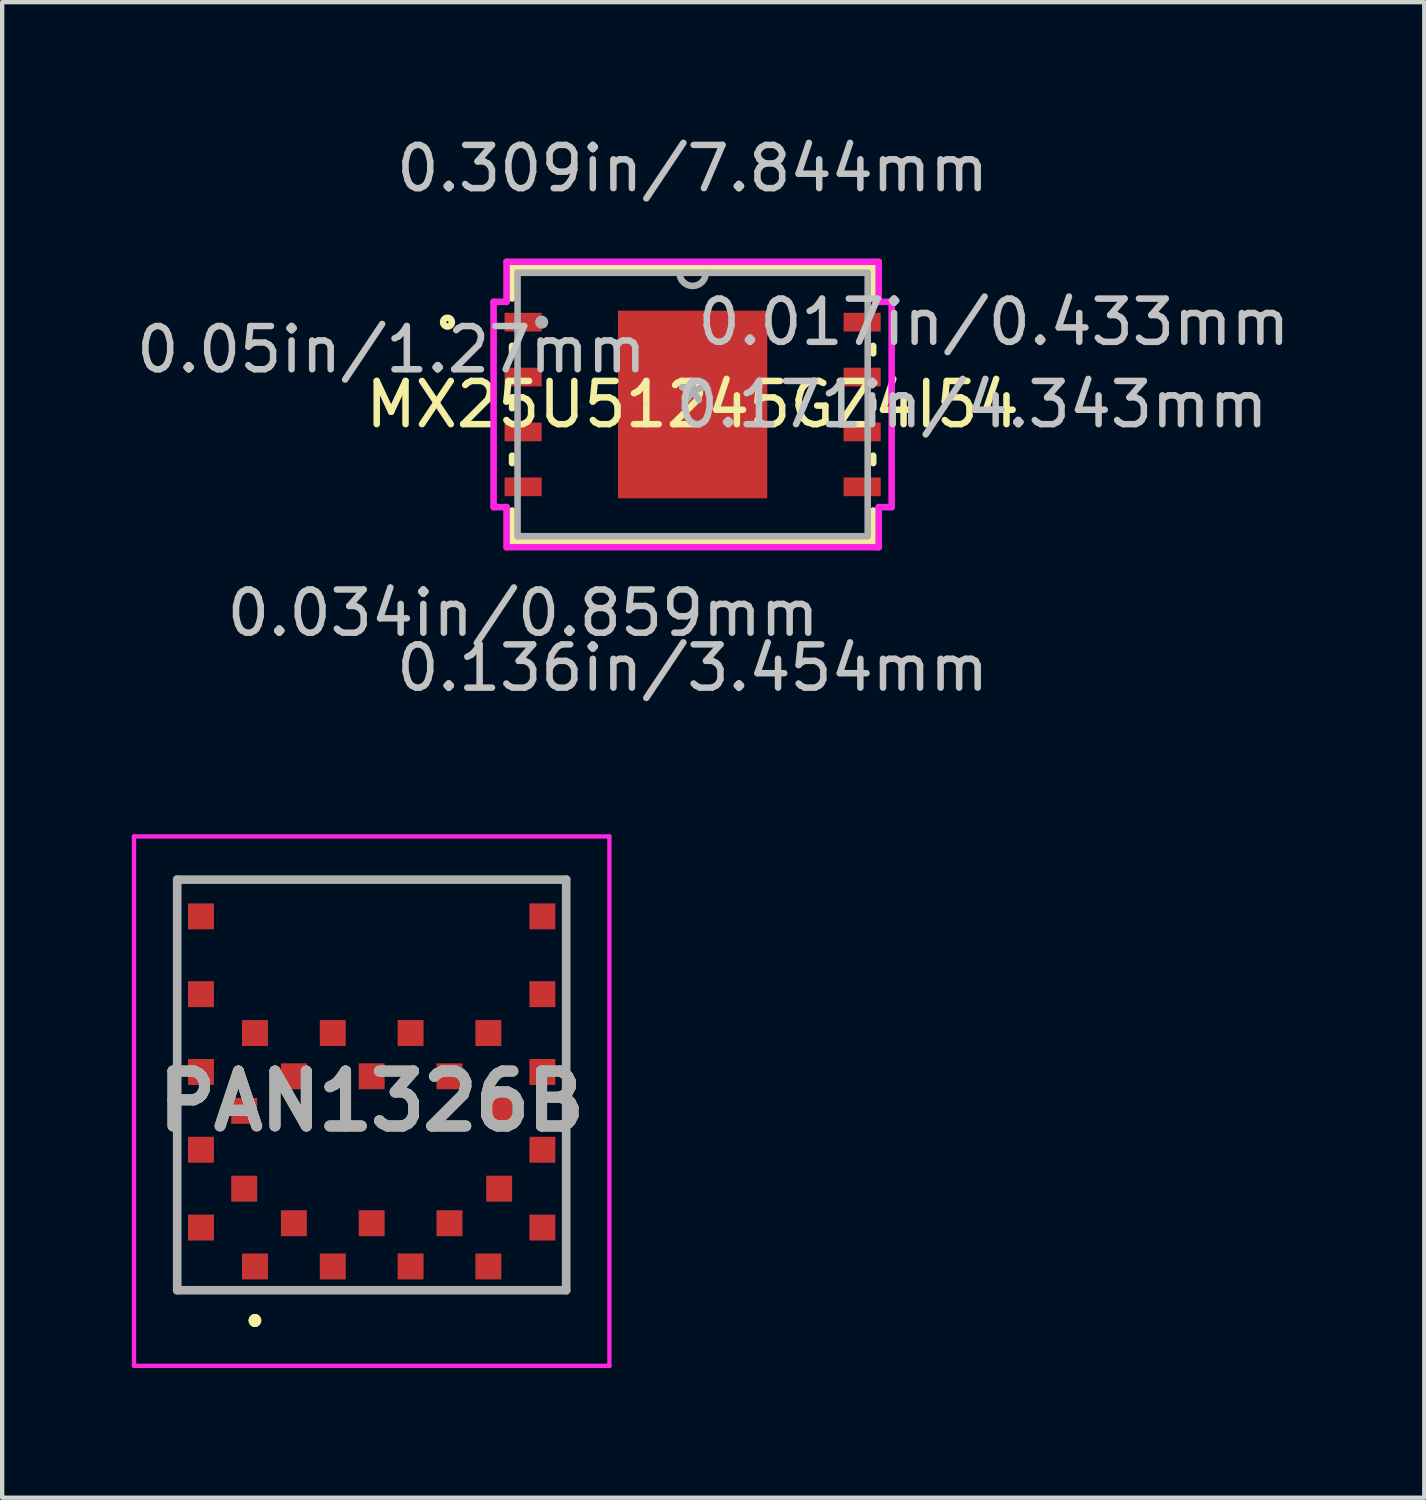
<source format=kicad_pcb>
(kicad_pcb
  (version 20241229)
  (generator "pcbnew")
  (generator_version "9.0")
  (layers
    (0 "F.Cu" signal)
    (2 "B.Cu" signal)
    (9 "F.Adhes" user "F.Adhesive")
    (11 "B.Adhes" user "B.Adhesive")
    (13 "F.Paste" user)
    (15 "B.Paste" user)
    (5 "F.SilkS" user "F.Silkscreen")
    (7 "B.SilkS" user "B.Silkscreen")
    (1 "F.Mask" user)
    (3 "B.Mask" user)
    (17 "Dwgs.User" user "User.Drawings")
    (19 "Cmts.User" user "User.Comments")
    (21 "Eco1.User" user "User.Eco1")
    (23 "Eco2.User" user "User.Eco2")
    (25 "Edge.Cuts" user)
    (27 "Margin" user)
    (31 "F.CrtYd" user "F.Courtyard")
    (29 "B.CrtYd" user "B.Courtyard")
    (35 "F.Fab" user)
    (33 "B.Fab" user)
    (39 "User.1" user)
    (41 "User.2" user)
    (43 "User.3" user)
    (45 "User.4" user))
  (footprint "MX25U51245GZ4I54"
    (layer "F.Cu")
    (at 12.976 6.309)
    (property "Reference" "MX25U51245GZ4I54" (at 0 0 0) (layer "F.SilkS") (effects (font (size 1 1) (thickness 0.15))))
    (attr through_hole)
    (fp_line (start -4.178 -3.175) (end -4.178 -2.454) (stroke (width 0.152) (type solid)) (layer "F.SilkS"))
    (fp_line (start -4.178 -1.356) (end -4.178 -1.184) (stroke (width 0.152) (type solid)) (layer "F.SilkS"))
    (fp_line (start -4.178 -0.086) (end -4.178 0.086) (stroke (width 0.152) (type solid)) (layer "F.SilkS"))
    (fp_line (start -4.178 1.184) (end -4.178 1.356) (stroke (width 0.152) (type solid)) (layer "F.SilkS"))
    (fp_line (start -4.178 2.454) (end -4.178 3.175) (stroke (width 0.152) (type solid)) (layer "F.SilkS"))
    (fp_line (start -4.178 3.175) (end 4.178 3.175) (stroke (width 0.152) (type solid)) (layer "F.SilkS"))
    (fp_line (start 4.178 -3.175) (end -4.178 -3.175) (stroke (width 0.152) (type solid)) (layer "F.SilkS"))
    (fp_line (start 4.178 -2.454) (end 4.178 -3.175) (stroke (width 0.152) (type solid)) (layer "F.SilkS"))
    (fp_line (start 4.178 -1.184) (end 4.178 -1.356) (stroke (width 0.152) (type solid)) (layer "F.SilkS"))
    (fp_line (start 4.178 0.086) (end 4.178 -0.086) (stroke (width 0.152) (type solid)) (layer "F.SilkS"))
    (fp_line (start 4.178 1.356) (end 4.178 1.184) (stroke (width 0.152) (type solid)) (layer "F.SilkS"))
    (fp_line (start 4.178 3.175) (end 4.178 2.454) (stroke (width 0.152) (type solid)) (layer "F.SilkS"))
    (fp_circle (center -5.672 -1.905) (end -5.571 -1.905) (stroke (width 0.152) (type solid)) (fill no) (layer "F.SilkS"))
    (fp_line (start -1.627 -2.072) (end -1.627 -0.824) (stroke (width 0.152) (type solid)) (layer "F.Paste"))
    (fp_line (start -1.627 -0.824) (end -0.1 -0.824) (stroke (width 0.152) (type solid)) (layer "F.Paste"))
    (fp_line (start -1.627 -0.624) (end -1.627 0.624) (stroke (width 0.152) (type solid)) (layer "F.Paste"))
    (fp_line (start -1.627 0.624) (end -0.1 0.624) (stroke (width 0.152) (type solid)) (layer "F.Paste"))
    (fp_line (start -1.627 0.824) (end -1.627 2.072) (stroke (width 0.152) (type solid)) (layer "F.Paste"))
    (fp_line (start -1.627 2.072) (end -0.1 2.072) (stroke (width 0.152) (type solid)) (layer "F.Paste"))
    (fp_line (start -0.1 -2.072) (end -1.627 -2.072) (stroke (width 0.152) (type solid)) (layer "F.Paste"))
    (fp_line (start -0.1 -0.824) (end -0.1 -2.072) (stroke (width 0.152) (type solid)) (layer "F.Paste"))
    (fp_line (start -0.1 -0.624) (end -1.627 -0.624) (stroke (width 0.152) (type solid)) (layer "F.Paste"))
    (fp_line (start -0.1 0.624) (end -0.1 -0.624) (stroke (width 0.152) (type solid)) (layer "F.Paste"))
    (fp_line (start -0.1 0.824) (end -1.627 0.824) (stroke (width 0.152) (type solid)) (layer "F.Paste"))
    (fp_line (start -0.1 2.072) (end -0.1 0.824) (stroke (width 0.152) (type solid)) (layer "F.Paste"))
    (fp_line (start 0.1 -2.072) (end 0.1 -0.824) (stroke (width 0.152) (type solid)) (layer "F.Paste"))
    (fp_line (start 0.1 -0.824) (end 1.627 -0.824) (stroke (width 0.152) (type solid)) (layer "F.Paste"))
    (fp_line (start 0.1 -0.624) (end 0.1 0.624) (stroke (width 0.152) (type solid)) (layer "F.Paste"))
    (fp_line (start 0.1 0.624) (end 1.627 0.624) (stroke (width 0.152) (type solid)) (layer "F.Paste"))
    (fp_line (start 0.1 0.824) (end 0.1 2.072) (stroke (width 0.152) (type solid)) (layer "F.Paste"))
    (fp_line (start 0.1 2.072) (end 1.627 2.072) (stroke (width 0.152) (type solid)) (layer "F.Paste"))
    (fp_line (start 1.627 -2.072) (end 0.1 -2.072) (stroke (width 0.152) (type solid)) (layer "F.Paste"))
    (fp_line (start 1.627 -0.824) (end 1.627 -2.072) (stroke (width 0.152) (type solid)) (layer "F.Paste"))
    (fp_line (start 1.627 -0.624) (end 0.1 -0.624) (stroke (width 0.152) (type solid)) (layer "F.Paste"))
    (fp_line (start 1.627 0.624) (end 1.627 -0.624) (stroke (width 0.152) (type solid)) (layer "F.Paste"))
    (fp_line (start 1.627 0.824) (end 0.1 0.824) (stroke (width 0.152) (type solid)) (layer "F.Paste"))
    (fp_line (start 1.627 2.072) (end 1.627 0.824) (stroke (width 0.152) (type solid)) (layer "F.Paste"))
    (fp_line (start -4.605 -2.375) (end -4.305 -2.375) (stroke (width 0.152) (type solid)) (layer "F.CrtYd"))
    (fp_line (start -4.605 2.375) (end -4.605 -2.375) (stroke (width 0.152) (type solid)) (layer "F.CrtYd"))
    (fp_line (start -4.305 -3.302) (end 4.305 -3.302) (stroke (width 0.152) (type solid)) (layer "F.CrtYd"))
    (fp_line (start -4.305 -2.375) (end -4.305 -3.302) (stroke (width 0.152) (type solid)) (layer "F.CrtYd"))
    (fp_line (start -4.305 2.375) (end -4.605 2.375) (stroke (width 0.152) (type solid)) (layer "F.CrtYd"))
    (fp_line (start -4.305 3.302) (end -4.305 2.375) (stroke (width 0.152) (type solid)) (layer "F.CrtYd"))
    (fp_line (start 4.305 -3.302) (end 4.305 -2.375) (stroke (width 0.152) (type solid)) (layer "F.CrtYd"))
    (fp_line (start 4.305 -2.375) (end 4.605 -2.375) (stroke (width 0.152) (type solid)) (layer "F.CrtYd"))
    (fp_line (start 4.305 2.375) (end 4.305 3.302) (stroke (width 0.152) (type solid)) (layer "F.CrtYd"))
    (fp_line (start 4.305 3.302) (end -4.305 3.302) (stroke (width 0.152) (type solid)) (layer "F.CrtYd"))
    (fp_line (start 4.605 -2.375) (end 4.605 2.375) (stroke (width 0.152) (type solid)) (layer "F.CrtYd"))
    (fp_line (start 4.605 2.375) (end 4.305 2.375) (stroke (width 0.152) (type solid)) (layer "F.CrtYd"))
    (fp_line (start -4.051 -3.048) (end -4.051 3.048) (stroke (width 0.152) (type solid)) (layer "F.Fab"))
    (fp_line (start -4.051 3.048) (end 4.051 3.048) (stroke (width 0.152) (type solid)) (layer "F.Fab"))
    (fp_line (start 4.051 -3.048) (end -4.051 -3.048) (stroke (width 0.152) (type solid)) (layer "F.Fab"))
    (fp_line (start 4.051 3.048) (end 4.051 -3.048) (stroke (width 0.152) (type solid)) (layer "F.Fab"))
    (fp_arc (start 0.3048 -3.048) (mid 0 -2.7432) (end -0.3048 -3.048) (stroke (width 0.1524) (type solid)) (layer "F.Fab"))
    (fp_circle (center -3.493 -1.905) (end -3.416 -1.905) (stroke (width 0.152) (type solid)) (fill no) (layer "F.Fab"))
    (fp_text user "*" (at 0 0 0) (layer "F.SilkS") (effects (font (size 1 1) (thickness 0.15))))
    (fp_text user "0.05in/1.27mm" (at -6.97 -1.27 0) (layer "Dwgs.User") (effects (font (size 1 1) (thickness 0.15))))
    (fp_text user "0.309in/7.844mm" (at 0 -5.461 0) (layer "Dwgs.User") (effects (font (size 1 1) (thickness 0.15))))
    (fp_text user "0.034in/0.859mm" (at -3.922 4.826 0) (layer "Dwgs.User") (effects (font (size 1 1) (thickness 0.15))))
    (fp_text user "0.171in/4.343mm" (at 6.464 0 0) (layer "Dwgs.User") (effects (font (size 1 1) (thickness 0.15))))
    (fp_text user "0.017in/0.433mm" (at 6.97 -1.905 0) (layer "Dwgs.User") (effects (font (size 1 1) (thickness 0.15))))
    (fp_text user "0.136in/3.454mm" (at 0 6.096 0) (layer "Dwgs.User") (effects (font (size 1 1) (thickness 0.15))))
    (fp_text user "Copyright 2016 Accelerated Designs. All rights reserved." (at 0 0 0) (layer "Cmts.User") (effects (font (size 0.127 0.127) (thickness 0.002))))
    (fp_text user "*" (at 0 0 0) (layer "F.Fab") (effects (font (size 1 1) (thickness 0.15))))
    (pad "1" smd rect (at -3.922 -1.905) (size 0.859 0.433) (layers "F.Cu" "F.Mask" "F.Paste"))
    (pad "2" smd rect (at -3.922 -0.635) (size 0.859 0.433) (layers "F.Cu" "F.Mask" "F.Paste"))
    (pad "3" smd rect (at -3.922 0.635) (size 0.859 0.433) (layers "F.Cu" "F.Mask" "F.Paste"))
    (pad "4" smd rect (at -3.922 1.905) (size 0.859 0.433) (layers "F.Cu" "F.Mask" "F.Paste"))
    (pad "5" smd rect (at 3.922 1.905) (size 0.859 0.433) (layers "F.Cu" "F.Mask" "F.Paste"))
    (pad "6" smd rect (at 3.922 0.635) (size 0.859 0.433) (layers "F.Cu" "F.Mask" "F.Paste"))
    (pad "7" smd rect (at 3.922 -0.635) (size 0.859 0.433) (layers "F.Cu" "F.Mask" "F.Paste"))
    (pad "8" smd rect (at 3.922 -1.905) (size 0.859 0.433) (layers "F.Cu" "F.Mask" "F.Paste"))
    (pad "9" smd rect (at 0 0) (size 3.454 4.343) (layers "F.Cu" "F.Mask" "F.Paste")))
  (footprint "PAN1326B"
    (layer "F.Cu")
    (at 5.55 22.053)
    (property "Reference" "PAN1326B" (at 0 0.375 0) (layer "F.SilkS") (effects (font (size 1.27 1.27) (thickness 0.254))))
    (attr smd)
    (fp_line (start -4.5 -4.75) (end -4.5 -4.75) (stroke (width 0.1) (type solid)) (layer "F.SilkS"))
    (fp_line (start -4.5 -4.75) (end 4.5 -4.75) (stroke (width 0.1) (type solid)) (layer "F.SilkS"))
    (fp_line (start -4.5 4.25) (end -4.5 4.25) (stroke (width 0.1) (type solid)) (layer "F.SilkS"))
    (fp_line (start -4.5 4.25) (end -4.5 4.75) (stroke (width 0.1) (type solid)) (layer "F.SilkS"))
    (fp_line (start -4.5 4.75) (end -4.5 4.25) (stroke (width 0.1) (type solid)) (layer "F.SilkS"))
    (fp_line (start -4.5 4.75) (end -4.5 4.75) (stroke (width 0.1) (type solid)) (layer "F.SilkS"))
    (fp_line (start -4.5 4.75) (end -4.5 4.75) (stroke (width 0.1) (type solid)) (layer "F.SilkS"))
    (fp_line (start -4.5 4.75) (end -3.75 4.75) (stroke (width 0.1) (type solid)) (layer "F.SilkS"))
    (fp_line (start -3.75 4.75) (end -4.5 4.75) (stroke (width 0.1) (type solid)) (layer "F.SilkS"))
    (fp_line (start -3.75 4.75) (end -3.75 4.75) (stroke (width 0.1) (type solid)) (layer "F.SilkS"))
    (fp_line (start -2.7 5.4) (end -2.7 5.4) (stroke (width 0.2) (type solid)) (layer "F.SilkS"))
    (fp_line (start -2.7 5.4) (end -2.7 5.4) (stroke (width 0.2) (type solid)) (layer "F.SilkS"))
    (fp_line (start -2.7 5.5) (end -2.7 5.5) (stroke (width 0.2) (type solid)) (layer "F.SilkS"))
    (fp_line (start 3.75 4.75) (end 3.75 4.75) (stroke (width 0.1) (type solid)) (layer "F.SilkS"))
    (fp_line (start 3.75 4.75) (end 4.5 4.75) (stroke (width 0.1) (type solid)) (layer "F.SilkS"))
    (fp_line (start 4.5 -4.75) (end -4.5 -4.75) (stroke (width 0.1) (type solid)) (layer "F.SilkS"))
    (fp_line (start 4.5 -4.75) (end 4.5 -4.75) (stroke (width 0.1) (type solid)) (layer "F.SilkS"))
    (fp_line (start 4.5 4.25) (end 4.5 4.25) (stroke (width 0.1) (type solid)) (layer "F.SilkS"))
    (fp_line (start 4.5 4.25) (end 4.5 4.75) (stroke (width 0.1) (type solid)) (layer "F.SilkS"))
    (fp_line (start 4.5 4.75) (end 3.75 4.75) (stroke (width 0.1) (type solid)) (layer "F.SilkS"))
    (fp_line (start 4.5 4.75) (end 4.5 4.25) (stroke (width 0.1) (type solid)) (layer "F.SilkS"))
    (fp_line (start 4.5 4.75) (end 4.5 4.75) (stroke (width 0.1) (type solid)) (layer "F.SilkS"))
    (fp_line (start 4.5 4.75) (end 4.5 4.75) (stroke (width 0.1) (type solid)) (layer "F.SilkS"))
    (fp_arc (start -2.7 5.4) (mid -2.65 5.45) (end -2.7 5.5) (stroke (width 0.2) (type solid)) (layer "F.SilkS"))
    (fp_arc (start -2.7 5.5) (mid -2.75 5.45) (end -2.7 5.4) (stroke (width 0.2) (type solid)) (layer "F.SilkS"))
    (fp_arc (start -2.7 5.5) (mid -2.75 5.45) (end -2.7 5.4) (stroke (width 0.2) (type solid)) (layer "F.SilkS"))
    (fp_line (start -5.5 -5.75) (end 5.5 -5.75) (stroke (width 0.1) (type solid)) (layer "F.CrtYd"))
    (fp_line (start -5.5 6.5) (end -5.5 -5.75) (stroke (width 0.1) (type solid)) (layer "F.CrtYd"))
    (fp_line (start 5.5 -5.75) (end 5.5 6.5) (stroke (width 0.1) (type solid)) (layer "F.CrtYd"))
    (fp_line (start 5.5 6.5) (end -5.5 6.5) (stroke (width 0.1) (type solid)) (layer "F.CrtYd"))
    (fp_line (start -4.5 -4.75) (end -4.5 4.75) (stroke (width 0.2) (type solid)) (layer "F.Fab"))
    (fp_line (start -4.5 4.75) (end 4.5 4.75) (stroke (width 0.2) (type solid)) (layer "F.Fab"))
    (fp_line (start 4.5 -4.75) (end -4.5 -4.75) (stroke (width 0.2) (type solid)) (layer "F.Fab"))
    (fp_line (start 4.5 4.75) (end 4.5 -4.75) (stroke (width 0.2) (type solid)) (layer "F.Fab"))
    (fp_text user "${REFERENCE}" (at 0 0.375 0) (layer "F.Fab") (effects (font (size 1.27 1.27) (thickness 0.254))))
    (pad "1" smd rect (at -2.7 4.2 90) (size 0.6 0.6) (layers "F.Cu" "F.Mask" "F.Paste"))
    (pad "2" smd rect (at -1.8 3.2 90) (size 0.6 0.6) (layers "F.Cu" "F.Mask" "F.Paste"))
    (pad "3" smd rect (at -0.9 4.2 90) (size 0.6 0.6) (layers "F.Cu" "F.Mask" "F.Paste"))
    (pad "4" smd rect (at 0 3.2 90) (size 0.6 0.6) (layers "F.Cu" "F.Mask" "F.Paste"))
    (pad "5" smd rect (at 0.9 4.2 90) (size 0.6 0.6) (layers "F.Cu" "F.Mask" "F.Paste"))
    (pad "6" smd rect (at 1.8 3.2 90) (size 0.6 0.6) (layers "F.Cu" "F.Mask" "F.Paste"))
    (pad "7" smd rect (at 2.7 4.2 90) (size 0.6 0.6) (layers "F.Cu" "F.Mask" "F.Paste"))
    (pad "8" smd rect (at 3.95 3.3 90) (size 0.6 0.6) (layers "F.Cu" "F.Mask" "F.Paste"))
    (pad "9" smd rect (at 2.95 2.4 90) (size 0.6 0.6) (layers "F.Cu" "F.Mask" "F.Paste"))
    (pad "10" smd rect (at 3.95 1.5 90) (size 0.6 0.6) (layers "F.Cu" "F.Mask" "F.Paste"))
    (pad "11" smd rect (at 2.95 0.6 90) (size 0.6 0.6) (layers "F.Cu" "F.Mask" "F.Paste"))
    (pad "12" smd rect (at 3.95 -0.3 90) (size 0.6 0.6) (layers "F.Cu" "F.Mask" "F.Paste"))
    (pad "13" smd rect (at 2.7 -1.2 90) (size 0.6 0.6) (layers "F.Cu" "F.Mask" "F.Paste"))
    (pad "14" smd rect (at 1.8 -0.2 90) (size 0.6 0.6) (layers "F.Cu" "F.Mask" "F.Paste"))
    (pad "15" smd rect (at 0.9 -1.2 90) (size 0.6 0.6) (layers "F.Cu" "F.Mask" "F.Paste"))
    (pad "16" smd rect (at 0 -0.2 90) (size 0.6 0.6) (layers "F.Cu" "F.Mask" "F.Paste"))
    (pad "17" smd rect (at -0.9 -1.2 90) (size 0.6 0.6) (layers "F.Cu" "F.Mask" "F.Paste"))
    (pad "18" smd rect (at -1.8 -0.2 90) (size 0.6 0.6) (layers "F.Cu" "F.Mask" "F.Paste"))
    (pad "19" smd rect (at -2.7 -1.2 90) (size 0.6 0.6) (layers "F.Cu" "F.Mask" "F.Paste"))
    (pad "20" smd rect (at -3.95 -0.3 90) (size 0.6 0.6) (layers "F.Cu" "F.Mask" "F.Paste"))
    (pad "21" smd rect (at -2.95 0.6 90) (size 0.6 0.6) (layers "F.Cu" "F.Mask" "F.Paste"))
    (pad "22" smd rect (at -3.95 1.5 90) (size 0.6 0.6) (layers "F.Cu" "F.Mask" "F.Paste"))
    (pad "23" smd rect (at -2.95 2.4 90) (size 0.6 0.6) (layers "F.Cu" "F.Mask" "F.Paste"))
    (pad "24" smd rect (at -3.95 3.3 90) (size 0.6 0.6) (layers "F.Cu" "F.Mask" "F.Paste"))
    (pad "A1" smd rect (at -3.95 -2.1 90) (size 0.6 0.6) (layers "F.Cu" "F.Mask" "F.Paste"))
    (pad "B1" smd rect (at 3.95 -2.1 90) (size 0.6 0.6) (layers "F.Cu" "F.Mask" "F.Paste"))
    (pad "C1" smd rect (at -3.95 -3.9 90) (size 0.6 0.6) (layers "F.Cu" "F.Mask" "F.Paste"))
    (pad "D1" smd rect (at 3.95 -3.9 90) (size 0.6 0.6) (layers "F.Cu" "F.Mask" "F.Paste")))
  (gr_rect
    (start -3 -3)
    (end 29.904 31.604)
    (stroke (width 0.1) (type default))
    (fill no)
    (layer "Edge.Cuts")))
</source>
